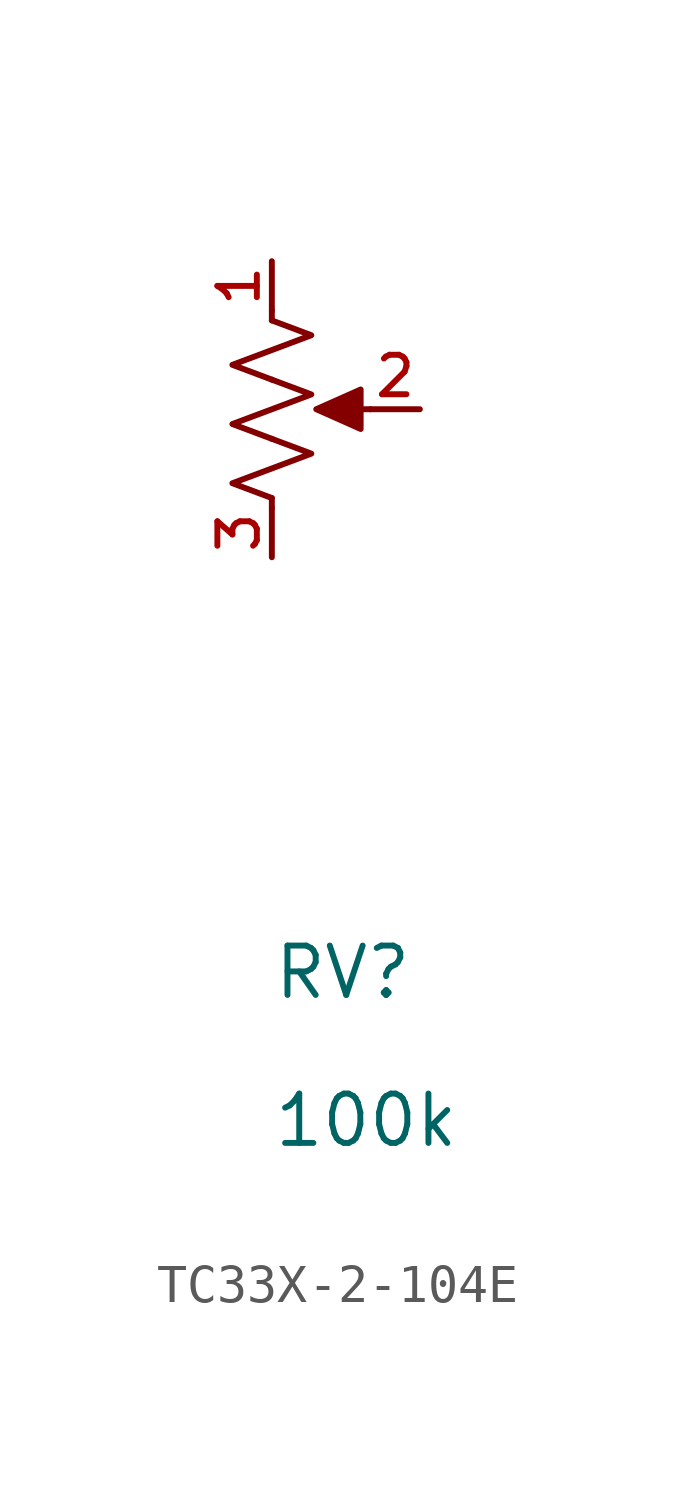
<source format=kicad_sym>
(kicad_symbol_lib
  (version 20241209)
  (generator "kicad_symbol_editor")
  (generator_version "9.0")
  (symbol "TC33X-2-104E"
    (pin_names
      (hide yes))
    (property "Reference" "RV"
      (at 0 -11.43 0)
      (effects (font (size 1.27 1.27)) (justify left bottom)))
    (property "Value" "100k"
      (at 0 -15.24 0)
      (effects (font (size 1.27 1.27)) (justify left bottom)))
    (symbol "TC33X-2-104E_0_1"
      (polyline (pts (xy 0 6.35) (xy 0 6.096)) (stroke (width 0) (type default)) (fill (type none)))
      (polyline (pts (xy 0 6.096) (xy 1.016 5.715) (xy 0 5.334) (xy -1.016 4.953) (xy 0 4.572)) (stroke (width 0) (type default)) (fill (type none)))
      (polyline (pts (xy 0 4.572) (xy 1.016 4.191) (xy 0 3.81) (xy -1.016 3.429) (xy 0 3.048)) (stroke (width 0) (type default)) (fill (type none)))
      (polyline (pts (xy 0 3.048) (xy 1.016 2.667) (xy 0 2.286) (xy -1.016 1.905) (xy 0 1.524)) (stroke (width 0) (type default)) (fill (type none)))
      (polyline (pts (xy 0 1.524) (xy 0 1.27)) (stroke (width 0) (type default)) (fill (type none)))
      (polyline (pts (xy 1.143 3.81) (xy 2.286 4.318) (xy 2.286 3.302) (xy 1.143 3.81)) (stroke (width 0) (type default)) (fill (type outline)))
      (polyline (pts (xy 2.54 3.81) (xy 1.524 3.81)) (stroke (width 0) (type default)) (fill (type none))))
    (symbol "TC33X-2-104E_1_1"
      (pin passive line (at 0 7.62 270) (length 1.27) (name "1" (effects (font (size 1.27 1.27)))) (number "1" (effects (font (size 1.016 1.016)))))
      (pin passive line (at 0 0 90) (length 1.27) (name "3" (effects (font (size 1.27 1.27)))) (number "3" (effects (font (size 1.016 1.016)))))
      (pin passive line (at 3.81 3.81 180) (length 1.27) (name "2" (effects (font (size 1.27 1.27)))) (number "2" (effects (font (size 1.016 1.016))))))))
</source>
